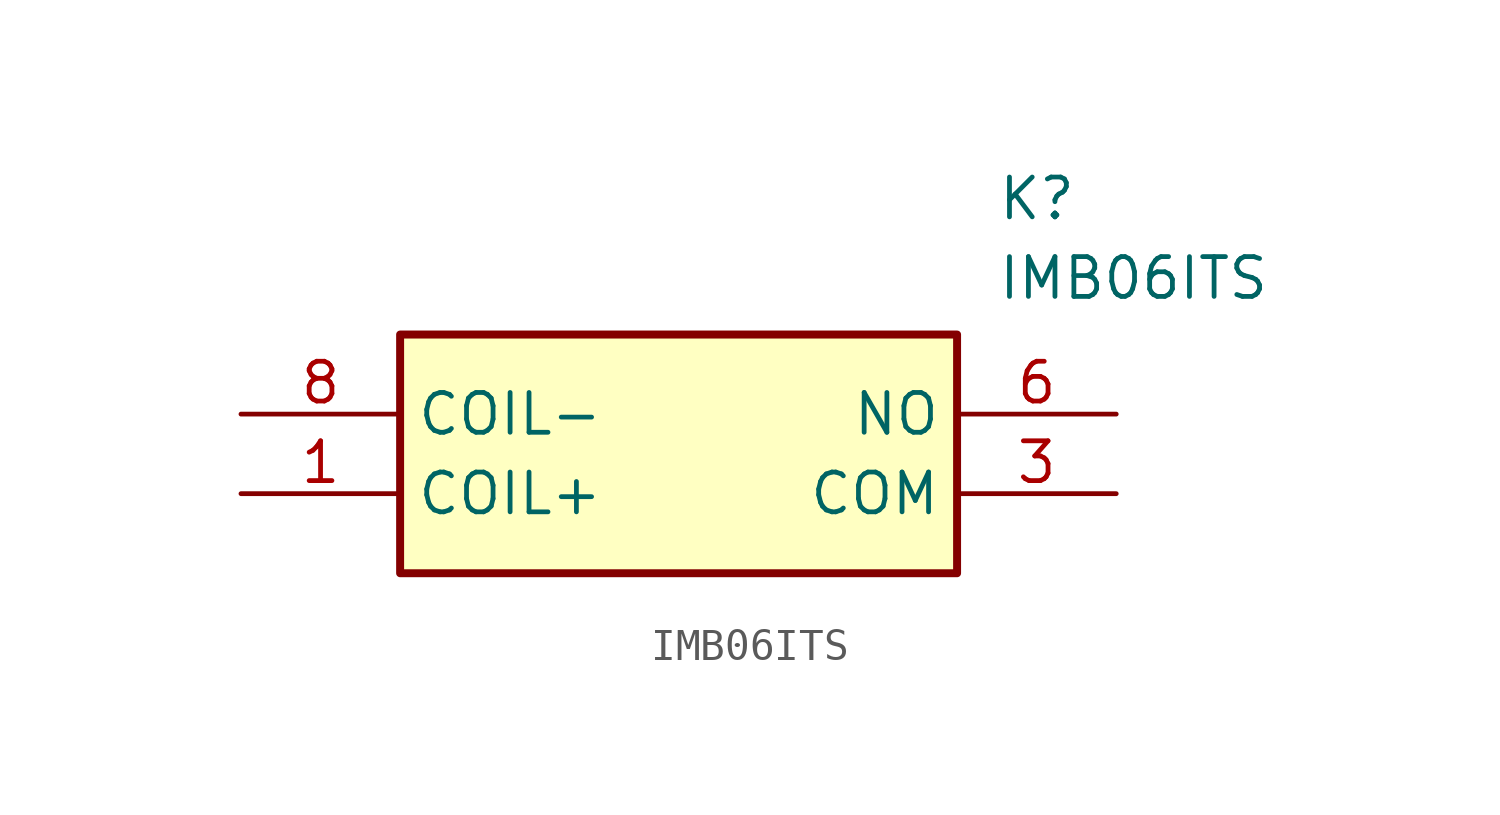
<source format=kicad_sym>
(kicad_symbol_lib
  (version 20231120)
  (generator "kicad_symbol_editor")
  (generator_version "8.0")
  (symbol "IMB06ITS"
    (property "Reference" "K"
      (at 24.13 7.62 0)
      (effects (font (size 1.27 1.27)) (justify left top)))
    (property "Value" "IMB06ITS"
      (at 24.13 5.08 0)
      (effects (font (size 1.27 1.27)) (justify left top)))
    (symbol "IMB06ITS_1_1"
      (rectangle (start 5.08 2.54) (end 22.86 -5.08) (stroke (width 0.254) (type default)) (fill (type background)))
      (pin passive line (at 0 -2.54 0) (length 5.08) (name "COIL+" (effects (font (size 1.27 1.27)))) (number "1" (effects (font (size 1.27 1.27)))))
      (pin passive line (at 27.94 -2.54 180) (length 5.08) (name "COM" (effects (font (size 1.27 1.27)))) (number "3" (effects (font (size 1.27 1.27)))))
      (pin passive line (at 27.94 0 180) (length 5.08) (name "NO" (effects (font (size 1.27 1.27)))) (number "6" (effects (font (size 1.27 1.27)))))
      (pin passive line (at 0 0 0) (length 5.08) (name "COIL-" (effects (font (size 1.27 1.27)))) (number "8" (effects (font (size 1.27 1.27))))))))
</source>
